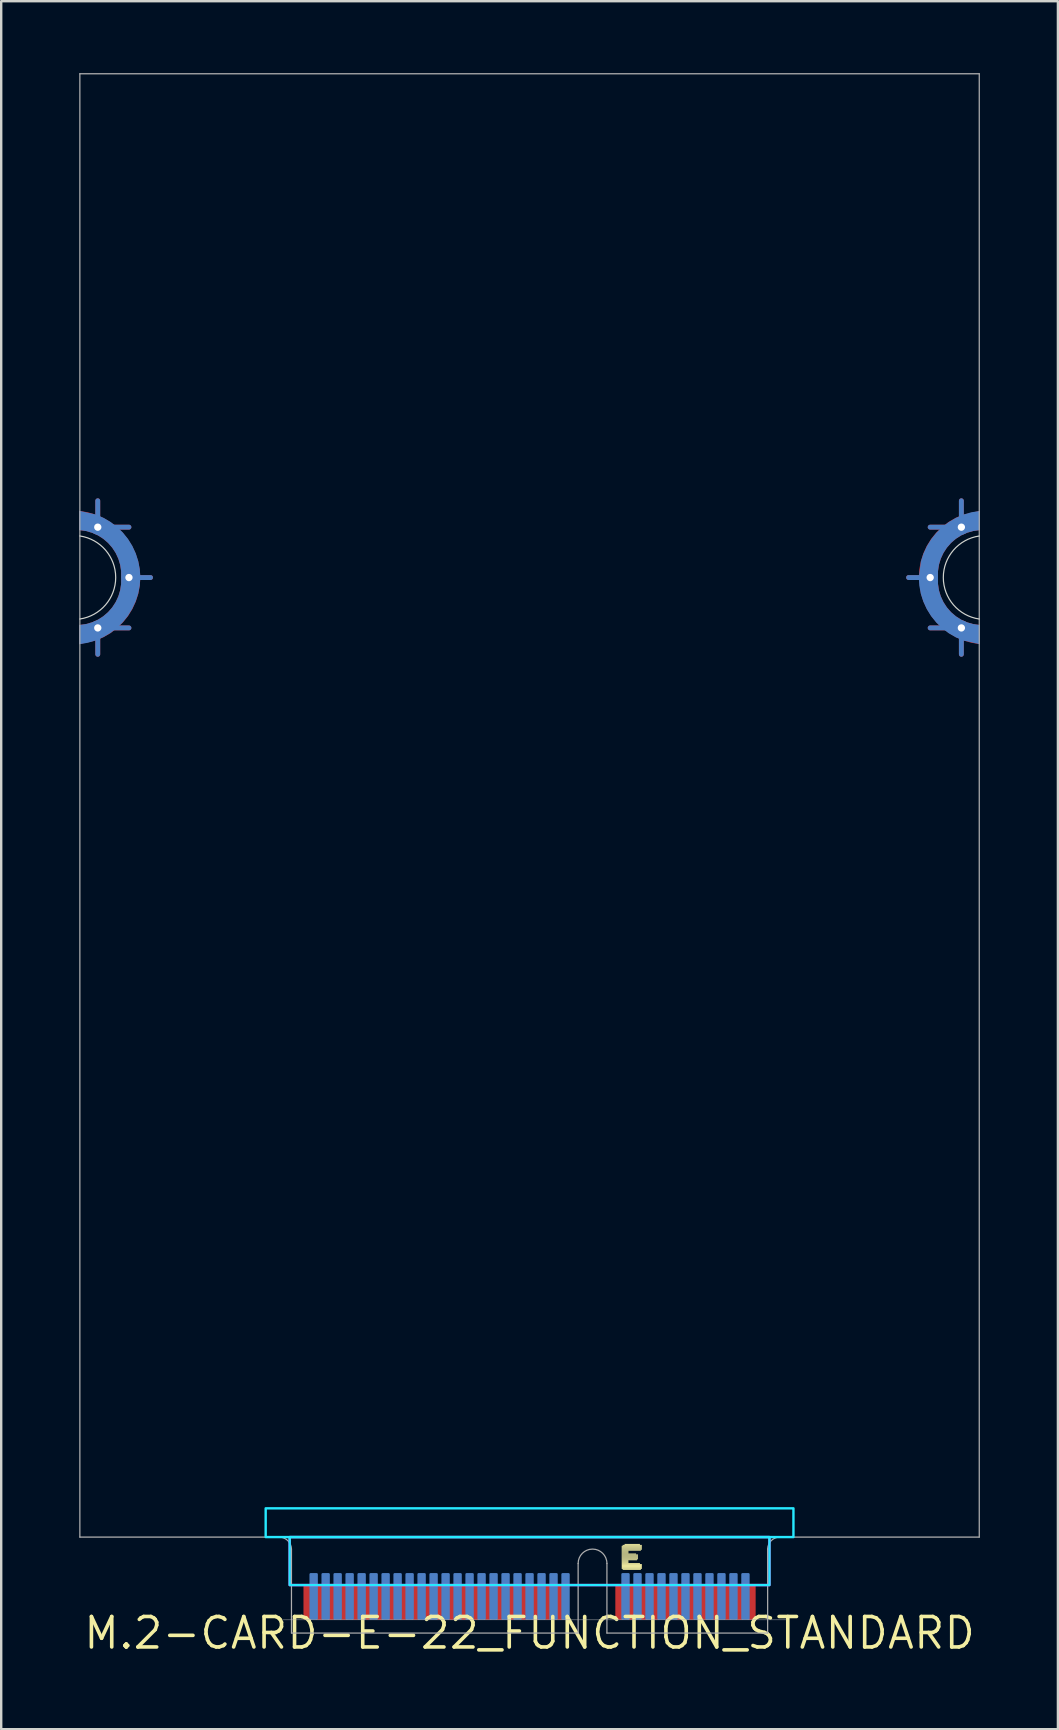
<source format=kicad_pcb>
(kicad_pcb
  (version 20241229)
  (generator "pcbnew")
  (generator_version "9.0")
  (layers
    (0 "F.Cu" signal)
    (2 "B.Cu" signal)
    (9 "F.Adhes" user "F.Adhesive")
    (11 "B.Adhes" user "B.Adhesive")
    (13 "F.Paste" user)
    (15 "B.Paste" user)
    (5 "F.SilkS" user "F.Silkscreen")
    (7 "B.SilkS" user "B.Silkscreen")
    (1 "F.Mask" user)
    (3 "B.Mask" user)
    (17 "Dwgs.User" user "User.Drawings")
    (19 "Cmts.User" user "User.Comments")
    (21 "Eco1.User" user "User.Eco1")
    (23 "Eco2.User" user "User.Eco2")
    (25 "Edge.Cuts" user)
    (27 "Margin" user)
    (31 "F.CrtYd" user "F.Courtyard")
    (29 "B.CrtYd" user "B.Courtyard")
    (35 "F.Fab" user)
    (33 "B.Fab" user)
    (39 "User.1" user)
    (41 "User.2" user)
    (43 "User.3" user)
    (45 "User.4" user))
  (footprint "M.2-CARD-E-22_FUNCTION_STANDARD"
    (layer "F.Cu")
    (at 19.025 65.025)
    (property "Reference" "M.2-CARD-E-22_FUNCTION_STANDARD" (at 0 0 0) (layer "F.SilkS") (effects (font (size 1.27 1.27) (thickness 0.15))))
    (fp_line (start -18 -46.1) (end -18 -47.2) (stroke (width 0.203) (type solid)) (layer "F.Cu"))
    (fp_line (start -18 -46.1) (end -16.7 -46.1) (stroke (width 0.203) (type solid)) (layer "F.Cu"))
    (fp_line (start -18 -41.9) (end -18 -40.8) (stroke (width 0.203) (type solid)) (layer "F.Cu"))
    (fp_line (start -18 -41.9) (end -16.7 -41.9) (stroke (width 0.203) (type solid)) (layer "F.Cu"))
    (fp_line (start -16.7 -44) (end -15.8 -44) (stroke (width 0.203) (type solid)) (layer "F.Cu"))
    (fp_line (start 16.7 -44) (end 15.8 -44) (stroke (width 0.203) (type solid)) (layer "F.Cu"))
    (fp_line (start 18 -46.1) (end 16.7 -46.1) (stroke (width 0.203) (type solid)) (layer "F.Cu"))
    (fp_line (start 18 -46.1) (end 18 -47.2) (stroke (width 0.203) (type solid)) (layer "F.Cu"))
    (fp_line (start 18 -41.9) (end 16.7 -41.9) (stroke (width 0.203) (type solid)) (layer "F.Cu"))
    (fp_line (start 18 -41.9) (end 18 -40.8) (stroke (width 0.203) (type solid)) (layer "F.Cu"))
    (fp_poly (pts (xy -18.41 -46.718) (xy -18.083 -46.622) (xy -17.769 -46.486) (xy -17.474 -46.313) (xy -17.203 -46.106) (xy -16.958 -45.868) (xy -16.744 -45.602) (xy -16.564 -45.311) (xy -16.42 -45.001) (xy -16.314 -44.676) (xy -16.249 -44.341) (xy -16.225 -44) (xy -16.247 -43.658) (xy -16.31 -43.322) (xy -16.414 -42.996) (xy -16.557 -42.685) (xy -16.737 -42.394) (xy -16.952 -42.127) (xy -17.197 -41.888) (xy -17.47 -41.681) (xy -17.766 -41.509) (xy -18.081 -41.374) (xy -18.775 -41.219) (xy -18.775 -42.022) (xy -18.49 -42.061) (xy -18.235 -42.135) (xy -17.994 -42.243) (xy -17.771 -42.385) (xy -17.57 -42.558) (xy -17.396 -42.757) (xy -17.252 -42.979) (xy -17.141 -43.219) (xy -17.065 -43.472) (xy -17.026 -43.734) (xy -17.025 -44) (xy -17.026 -44.266) (xy -17.065 -44.528) (xy -17.141 -44.781) (xy -17.252 -45.021) (xy -17.396 -45.243) (xy -17.57 -45.442) (xy -17.771 -45.615) (xy -17.994 -45.757) (xy -18.235 -45.865) (xy -18.49 -45.939) (xy -18.775 -45.978) (xy -18.775 -46.78)) (stroke (width 0) (type default)) (fill yes) (layer "F.Cu"))
    (fp_poly (pts (xy 18.775 -45.978) (xy 18.49 -45.939) (xy 18.235 -45.865) (xy 17.994 -45.757) (xy 17.771 -45.615) (xy 17.57 -45.442) (xy 17.396 -45.243) (xy 17.252 -45.021) (xy 17.141 -44.781) (xy 17.065 -44.528) (xy 17.026 -44.266) (xy 17.025 -44) (xy 17.026 -43.734) (xy 17.065 -43.472) (xy 17.141 -43.219) (xy 17.252 -42.979) (xy 17.396 -42.757) (xy 17.57 -42.558) (xy 17.771 -42.385) (xy 17.994 -42.243) (xy 18.235 -42.135) (xy 18.49 -42.061) (xy 18.775 -42.022) (xy 18.775 -41.225) (xy 18.748 -41.225) (xy 18.41 -41.282) (xy 18.083 -41.378) (xy 17.769 -41.514) (xy 17.474 -41.687) (xy 17.203 -41.894) (xy 16.958 -42.132) (xy 16.744 -42.398) (xy 16.564 -42.689) (xy 16.42 -42.999) (xy 16.314 -43.324) (xy 16.228 -43.976) (xy 16.223 -43.976) (xy 16.225 -43.999) (xy 16.222 -44.023) (xy 16.226 -44.024) (xy 16.247 -44.342) (xy 16.31 -44.678) (xy 16.414 -45.004) (xy 16.557 -45.315) (xy 16.737 -45.606) (xy 16.952 -45.873) (xy 17.197 -46.112) (xy 17.47 -46.319) (xy 17.766 -46.491) (xy 18.081 -46.626) (xy 18.775 -46.781)) (stroke (width 0) (type default)) (fill yes) (layer "F.Cu"))
    (fp_poly (pts (xy -18.666 -46.755) (xy -18.336 -46.694) (xy -18.016 -46.595) (xy -17.71 -46.457) (xy -17.424 -46.284) (xy -17.16 -46.077) (xy -16.923 -45.84) (xy -16.716 -45.576) (xy -16.543 -45.29) (xy -16.405 -44.984) (xy -16.306 -44.664) (xy -16.245 -44.334) (xy -16.225 -44) (xy -16.245 -43.666) (xy -16.306 -43.336) (xy -16.405 -43.016) (xy -16.543 -42.71) (xy -16.716 -42.424) (xy -16.923 -42.16) (xy -17.16 -41.923) (xy -17.424 -41.716) (xy -17.71 -41.543) (xy -18.016 -41.405) (xy -18.336 -41.306) (xy -18.666 -41.245) (xy -19.025 -41.223) (xy -19.025 -42.273) (xy -18.73 -42.296) (xy -18.467 -42.359) (xy -18.217 -42.463) (xy -17.986 -42.605) (xy -17.78 -42.78) (xy -17.605 -42.986) (xy -17.463 -43.217) (xy -17.36 -43.466) (xy -17.275 -44.001) (xy -17.296 -44.27) (xy -17.36 -44.533) (xy -17.463 -44.783) (xy -17.605 -45.014) (xy -17.78 -45.22) (xy -17.986 -45.395) (xy -18.217 -45.537) (xy -18.466 -45.64) (xy -19.025 -45.729) (xy -19.025 -46.777)) (stroke (width 0) (type default)) (fill yes) (layer "F.Mask"))
    (fp_poly (pts (xy 19.025 -45.727) (xy 18.73 -45.704) (xy 18.467 -45.64) (xy 18.217 -45.537) (xy 17.986 -45.395) (xy 17.78 -45.22) (xy 17.605 -45.014) (xy 17.463 -44.783) (xy 17.36 -44.534) (xy 17.275 -43.999) (xy 17.296 -43.73) (xy 17.36 -43.467) (xy 17.463 -43.217) (xy 17.605 -42.986) (xy 17.78 -42.78) (xy 17.986 -42.605) (xy 18.217 -42.463) (xy 18.466 -42.36) (xy 19.025 -42.271) (xy 19.025 -41.223) (xy 18.666 -41.245) (xy 18.336 -41.306) (xy 18.016 -41.405) (xy 17.71 -41.543) (xy 17.424 -41.716) (xy 17.16 -41.923) (xy 16.923 -42.16) (xy 16.716 -42.424) (xy 16.543 -42.71) (xy 16.405 -43.016) (xy 16.306 -43.336) (xy 16.245 -43.666) (xy 16.225 -44) (xy 16.245 -44.334) (xy 16.306 -44.664) (xy 16.405 -44.984) (xy 16.543 -45.29) (xy 16.716 -45.576) (xy 16.923 -45.84) (xy 17.16 -46.077) (xy 17.424 -46.284) (xy 17.71 -46.457) (xy 18.016 -46.595) (xy 18.336 -46.694) (xy 18.666 -46.755) (xy 19.025 -46.777)) (stroke (width 0) (type default)) (fill yes) (layer "F.Mask"))
    (fp_line (start -18 -46.1) (end -18 -47.2) (stroke (width 0.203) (type solid)) (layer "B.Cu"))
    (fp_line (start -18 -46.1) (end -16.7 -46.1) (stroke (width 0.203) (type solid)) (layer "B.Cu"))
    (fp_line (start -18 -41.9) (end -18 -40.8) (stroke (width 0.203) (type solid)) (layer "B.Cu"))
    (fp_line (start -18 -41.9) (end -16.7 -41.9) (stroke (width 0.203) (type solid)) (layer "B.Cu"))
    (fp_line (start -16.7 -44) (end -15.8 -44) (stroke (width 0.203) (type solid)) (layer "B.Cu"))
    (fp_line (start 16.7 -44) (end 15.8 -44) (stroke (width 0.203) (type solid)) (layer "B.Cu"))
    (fp_line (start 18 -46.1) (end 16.7 -46.1) (stroke (width 0.203) (type solid)) (layer "B.Cu"))
    (fp_line (start 18 -46.1) (end 18 -47.2) (stroke (width 0.203) (type solid)) (layer "B.Cu"))
    (fp_line (start 18 -41.9) (end 16.7 -41.9) (stroke (width 0.203) (type solid)) (layer "B.Cu"))
    (fp_line (start 18 -41.9) (end 18 -40.8) (stroke (width 0.203) (type solid)) (layer "B.Cu"))
    (fp_poly (pts (xy 18.775 -45.978) (xy 18.49 -45.939) (xy 18.235 -45.865) (xy 17.994 -45.757) (xy 17.771 -45.615) (xy 17.57 -45.442) (xy 17.396 -45.243) (xy 17.252 -45.021) (xy 17.141 -44.781) (xy 17.065 -44.528) (xy 17.026 -44.266) (xy 17.025 -44) (xy 17.026 -43.734) (xy 17.065 -43.472) (xy 17.141 -43.219) (xy 17.252 -42.979) (xy 17.396 -42.757) (xy 17.57 -42.558) (xy 17.771 -42.385) (xy 17.994 -42.243) (xy 18.235 -42.135) (xy 18.49 -42.061) (xy 18.775 -42.022) (xy 18.775 -41.219) (xy 18.081 -41.374) (xy 17.766 -41.509) (xy 17.47 -41.681) (xy 17.197 -41.888) (xy 16.952 -42.127) (xy 16.737 -42.394) (xy 16.557 -42.685) (xy 16.414 -42.996) (xy 16.31 -43.322) (xy 16.247 -43.658) (xy 16.225 -44.001) (xy 16.314 -44.676) (xy 16.42 -45.001) (xy 16.564 -45.311) (xy 16.744 -45.602) (xy 16.958 -45.868) (xy 17.203 -46.106) (xy 17.474 -46.313) (xy 17.769 -46.486) (xy 18.083 -46.622) (xy 18.41 -46.718) (xy 18.775 -46.78)) (stroke (width 0) (type default)) (fill yes) (layer "B.Cu"))
    (fp_poly (pts (xy -18.081 -46.626) (xy -17.766 -46.491) (xy -17.47 -46.319) (xy -17.197 -46.112) (xy -16.952 -45.873) (xy -16.737 -45.606) (xy -16.557 -45.315) (xy -16.414 -45.004) (xy -16.31 -44.678) (xy -16.247 -44.342) (xy -16.226 -44.024) (xy -16.223 -44.024) (xy -16.225 -44) (xy -16.223 -43.976) (xy -16.227 -43.976) (xy -16.249 -43.659) (xy -16.314 -43.324) (xy -16.42 -42.999) (xy -16.564 -42.689) (xy -16.744 -42.398) (xy -16.958 -42.132) (xy -17.203 -41.894) (xy -17.474 -41.687) (xy -17.769 -41.514) (xy -18.083 -41.378) (xy -18.41 -41.282) (xy -18.748 -41.225) (xy -18.775 -41.225) (xy -18.775 -42.022) (xy -18.49 -42.061) (xy -18.235 -42.135) (xy -17.994 -42.243) (xy -17.771 -42.385) (xy -17.57 -42.558) (xy -17.396 -42.757) (xy -17.252 -42.979) (xy -17.141 -43.219) (xy -17.065 -43.472) (xy -17.026 -43.734) (xy -17.025 -44) (xy -17.026 -44.266) (xy -17.065 -44.528) (xy -17.141 -44.781) (xy -17.252 -45.021) (xy -17.396 -45.243) (xy -17.57 -45.442) (xy -17.771 -45.615) (xy -17.994 -45.757) (xy -18.235 -45.865) (xy -18.49 -45.939) (xy -18.775 -45.978) (xy -18.775 -46.781)) (stroke (width 0) (type default)) (fill yes) (layer "B.Cu"))
    (fp_poly (pts (xy -18.666 -46.755) (xy -18.336 -46.694) (xy -18.016 -46.595) (xy -17.71 -46.457) (xy -17.424 -46.284) (xy -17.16 -46.077) (xy -16.923 -45.84) (xy -16.716 -45.576) (xy -16.543 -45.29) (xy -16.405 -44.984) (xy -16.306 -44.664) (xy -16.245 -44.334) (xy -16.225 -44) (xy -16.245 -43.666) (xy -16.306 -43.336) (xy -16.405 -43.016) (xy -16.543 -42.71) (xy -16.716 -42.424) (xy -16.923 -42.16) (xy -17.16 -41.923) (xy -17.424 -41.716) (xy -17.71 -41.543) (xy -18.016 -41.405) (xy -18.336 -41.306) (xy -18.666 -41.245) (xy -19.025 -41.223) (xy -19.025 -42.273) (xy -18.73 -42.296) (xy -18.467 -42.359) (xy -18.217 -42.463) (xy -17.986 -42.605) (xy -17.78 -42.78) (xy -17.605 -42.986) (xy -17.463 -43.217) (xy -17.36 -43.466) (xy -17.275 -44.001) (xy -17.296 -44.27) (xy -17.36 -44.533) (xy -17.463 -44.783) (xy -17.605 -45.014) (xy -17.78 -45.22) (xy -17.986 -45.395) (xy -18.217 -45.537) (xy -18.466 -45.64) (xy -19.025 -45.729) (xy -19.025 -46.777)) (stroke (width 0) (type default)) (fill yes) (layer "B.Mask"))
    (fp_poly (pts (xy 19.025 -45.727) (xy 18.73 -45.704) (xy 18.467 -45.64) (xy 18.217 -45.537) (xy 17.986 -45.395) (xy 17.78 -45.22) (xy 17.605 -45.014) (xy 17.463 -44.783) (xy 17.36 -44.534) (xy 17.275 -43.999) (xy 17.296 -43.73) (xy 17.36 -43.467) (xy 17.463 -43.217) (xy 17.605 -42.986) (xy 17.78 -42.78) (xy 17.986 -42.605) (xy 18.217 -42.463) (xy 18.466 -42.36) (xy 19.025 -42.271) (xy 19.025 -41.223) (xy 18.666 -41.245) (xy 18.336 -41.306) (xy 18.016 -41.405) (xy 17.71 -41.543) (xy 17.424 -41.716) (xy 17.16 -41.923) (xy 16.923 -42.16) (xy 16.716 -42.424) (xy 16.543 -42.71) (xy 16.405 -43.016) (xy 16.306 -43.336) (xy 16.245 -43.666) (xy 16.225 -44) (xy 16.245 -44.334) (xy 16.306 -44.664) (xy 16.405 -44.984) (xy 16.543 -45.29) (xy 16.716 -45.576) (xy 16.923 -45.84) (xy 17.16 -46.077) (xy 17.424 -46.284) (xy 17.71 -46.457) (xy 18.016 -46.595) (xy 18.336 -46.694) (xy 18.666 -46.755) (xy 19.025 -46.777)) (stroke (width 0) (type default)) (fill yes) (layer "B.Mask"))
    (fp_poly (pts (xy 3.841 -3.595) (xy 4.681 -3.595) (xy 4.681 -3.635) (xy 3.841 -3.635)) (stroke (width 0) (type default)) (fill yes) (layer "F.SilkS"))
    (fp_poly (pts (xy 3.841 -3.555) (xy 4.681 -3.555) (xy 4.681 -3.595) (xy 3.841 -3.595)) (stroke (width 0) (type default)) (fill yes) (layer "F.SilkS"))
    (fp_poly (pts (xy 3.841 -3.515) (xy 4.681 -3.515) (xy 4.681 -3.555) (xy 3.841 -3.555)) (stroke (width 0) (type default)) (fill yes) (layer "F.SilkS"))
    (fp_poly (pts (xy 3.841 -3.475) (xy 4.681 -3.475) (xy 4.681 -3.515) (xy 3.841 -3.515)) (stroke (width 0) (type default)) (fill yes) (layer "F.SilkS"))
    (fp_poly (pts (xy 3.841 -3.435) (xy 4.641 -3.435) (xy 4.641 -3.475) (xy 3.841 -3.475)) (stroke (width 0) (type default)) (fill yes) (layer "F.SilkS"))
    (fp_poly (pts (xy 3.841 -3.395) (xy 4.121 -3.395) (xy 4.121 -3.435) (xy 3.841 -3.435)) (stroke (width 0) (type default)) (fill yes) (layer "F.SilkS"))
    (fp_poly (pts (xy 3.841 -3.355) (xy 4.121 -3.355) (xy 4.121 -3.395) (xy 3.841 -3.395)) (stroke (width 0) (type default)) (fill yes) (layer "F.SilkS"))
    (fp_poly (pts (xy 3.841 -3.315) (xy 4.121 -3.315) (xy 4.121 -3.355) (xy 3.841 -3.355)) (stroke (width 0) (type default)) (fill yes) (layer "F.SilkS"))
    (fp_poly (pts (xy 3.841 -3.275) (xy 4.441 -3.275) (xy 4.441 -3.315) (xy 3.841 -3.315)) (stroke (width 0) (type default)) (fill yes) (layer "F.SilkS"))
    (fp_poly (pts (xy 3.841 -3.235) (xy 4.521 -3.235) (xy 4.521 -3.275) (xy 3.841 -3.275)) (stroke (width 0) (type default)) (fill yes) (layer "F.SilkS"))
    (fp_poly (pts (xy 3.841 -3.195) (xy 4.521 -3.195) (xy 4.521 -3.235) (xy 3.841 -3.235)) (stroke (width 0) (type default)) (fill yes) (layer "F.SilkS"))
    (fp_poly (pts (xy 3.841 -3.155) (xy 4.521 -3.155) (xy 4.521 -3.195) (xy 3.841 -3.195)) (stroke (width 0) (type default)) (fill yes) (layer "F.SilkS"))
    (fp_poly (pts (xy 3.841 -3.115) (xy 4.521 -3.115) (xy 4.521 -3.155) (xy 3.841 -3.155)) (stroke (width 0) (type default)) (fill yes) (layer "F.SilkS"))
    (fp_poly (pts (xy 3.841 -3.075) (xy 4.521 -3.075) (xy 4.521 -3.115) (xy 3.841 -3.115)) (stroke (width 0) (type default)) (fill yes) (layer "F.SilkS"))
    (fp_poly (pts (xy 3.841 -3.035) (xy 4.481 -3.035) (xy 4.481 -3.075) (xy 3.841 -3.075)) (stroke (width 0) (type default)) (fill yes) (layer "F.SilkS"))
    (fp_poly (pts (xy 3.841 -2.995) (xy 4.121 -2.995) (xy 4.121 -3.035) (xy 3.841 -3.035)) (stroke (width 0) (type default)) (fill yes) (layer "F.SilkS"))
    (fp_poly (pts (xy 3.841 -2.955) (xy 4.121 -2.955) (xy 4.121 -2.995) (xy 3.841 -2.995)) (stroke (width 0) (type default)) (fill yes) (layer "F.SilkS"))
    (fp_poly (pts (xy 3.841 -2.915) (xy 4.121 -2.915) (xy 4.121 -2.955) (xy 3.841 -2.955)) (stroke (width 0) (type default)) (fill yes) (layer "F.SilkS"))
    (fp_poly (pts (xy 3.841 -2.875) (xy 4.601 -2.875) (xy 4.601 -2.915) (xy 3.841 -2.915)) (stroke (width 0) (type default)) (fill yes) (layer "F.SilkS"))
    (fp_poly (pts (xy 3.841 -2.835) (xy 4.681 -2.835) (xy 4.681 -2.875) (xy 3.841 -2.875)) (stroke (width 0) (type default)) (fill yes) (layer "F.SilkS"))
    (fp_poly (pts (xy 3.841 -2.795) (xy 4.681 -2.795) (xy 4.681 -2.835) (xy 3.841 -2.835)) (stroke (width 0) (type default)) (fill yes) (layer "F.SilkS"))
    (fp_poly (pts (xy 3.841 -2.755) (xy 4.681 -2.755) (xy 4.681 -2.795) (xy 3.841 -2.795)) (stroke (width 0) (type default)) (fill yes) (layer "F.SilkS"))
    (fp_poly (pts (xy 3.841 -2.715) (xy 4.681 -2.715) (xy 4.681 -2.755) (xy 3.841 -2.755)) (stroke (width 0) (type default)) (fill yes) (layer "F.SilkS"))
    (fp_poly (pts (xy 3.841 -2.675) (xy 4.681 -2.675) (xy 4.681 -2.715) (xy 3.841 -2.715)) (stroke (width 0) (type default)) (fill yes) (layer "F.SilkS"))
    (fp_poly (pts (xy 3.881 -3.635) (xy 4.681 -3.635) (xy 4.681 -3.675) (xy 3.881 -3.675)) (stroke (width 0) (type default)) (fill yes) (layer "F.SilkS"))
    (fp_poly (pts (xy 3.881 -2.635) (xy 4.641 -2.635) (xy 4.641 -2.675) (xy 3.881 -2.675)) (stroke (width 0) (type default)) (fill yes) (layer "F.SilkS"))
    (fp_poly (pts (xy 3.961 -3.675) (xy 4.601 -3.675) (xy 4.601 -3.715) (xy 3.961 -3.715)) (stroke (width 0) (type default)) (fill yes) (layer "F.SilkS"))
    (fp_arc (start -18.747 -45.733) (mid -17.251744 -44.002864) (end -18.744998 -42.270999) (stroke (width 0.05) (type solid)) (layer "Edge.Cuts"))
    (fp_arc (start 18.747999 -42.269999) (mid 17.247963 -43.998769) (end 18.744 -45.731) (stroke (width 0.05) (type solid)) (layer "Edge.Cuts"))
    (fp_poly (pts (xy 10 -4) (xy -10 -4) (xy -10 -2) (xy 10 -2)) (stroke (width 0.1) (type default)) (fill no) (layer "B.CrtYd"))
    (fp_poly (pts (xy 11 -5.2) (xy -11 -5.2) (xy -11 -4) (xy 11 -4)) (stroke (width 0.1) (type default)) (fill no) (layer "B.CrtYd"))
    (fp_poly (pts (xy 10 -4) (xy -10 -4) (xy -10 -2) (xy 10 -2)) (stroke (width 0.1) (type default)) (fill no) (layer "F.CrtYd"))
    (fp_line (start -18.746 -65) (end 18.746 -65) (stroke (width 0.051) (type solid)) (layer "F.Fab"))
    (fp_line (start -18.746 -4) (end -18.746 -65) (stroke (width 0.051) (type solid)) (layer "F.Fab"))
    (fp_line (start -10.4 -4) (end -18.746 -4) (stroke (width 0.051) (type solid)) (layer "F.Fab"))
    (fp_line (start -10.3 -0.55) (end 10.7 -0.55) (stroke (width 0.02) (type solid)) (layer "F.Fab"))
    (fp_line (start -9.925 0) (end -9.925 -3.5) (stroke (width 0.051) (type solid)) (layer "F.Fab"))
    (fp_line (start 2.025 -2.9) (end 2.025 0) (stroke (width 0.051) (type solid)) (layer "F.Fab"))
    (fp_line (start 2.025 0) (end -9.925 0) (stroke (width 0.051) (type solid)) (layer "F.Fab"))
    (fp_line (start 3.225 -2.9) (end 3.225 0) (stroke (width 0.051) (type solid)) (layer "F.Fab"))
    (fp_line (start 9.925 -3.5) (end 9.925 0) (stroke (width 0.051) (type solid)) (layer "F.Fab"))
    (fp_line (start 9.925 0) (end 3.225 0) (stroke (width 0.051) (type solid)) (layer "F.Fab"))
    (fp_line (start 10.4 -4) (end 18.746 -4) (stroke (width 0.051) (type solid)) (layer "F.Fab"))
    (fp_line (start 18.746 -4) (end 18.746 -65) (stroke (width 0.051) (type solid)) (layer "F.Fab"))
    (fp_arc (start -10.4 -4) (mid -10.066759 -3.840954) (end -9.925 -3.5) (stroke (width 0.0508) (type solid)) (layer "F.Fab"))
    (fp_arc (start 2.025 -2.9) (mid 2.625 -3.5) (end 3.225 -2.9) (stroke (width 0.0508) (type solid)) (layer "F.Fab"))
    (fp_arc (start 9.925 -3.5) (mid 10.065344 -3.842298) (end 10.4 -4) (stroke (width 0.0508) (type solid)) (layer "F.Fab"))
    (fp_text user "Route\nOut" (at -18.046 -44 90) (unlocked yes) (layer "Edge.Cuts") (effects (font (size 0.276 0.276) (thickness 0.024))))
    (fp_text user "Route\nOut" (at 18.046 -44 90) (unlocked yes) (layer "Edge.Cuts") (effects (font (size 0.276 0.276) (thickness 0.024)) (justify right top)))
    (pad "1" smd roundrect (at 9.25 -1.275 180) (size 0.35 1.45) (layers "F.Cu" "F.Mask") (roundrect_rratio 0.145))
    (pad "2" smd roundrect (at 9 -1.525) (size 0.35 1.95) (layers "B.Cu" "B.Mask") (roundrect_rratio 0.145))
    (pad "3" smd roundrect (at 8.75 -1.275 180) (size 0.35 1.45) (layers "F.Cu" "F.Mask") (roundrect_rratio 0.145))
    (pad "4" smd roundrect (at 8.5 -1.525) (size 0.35 1.95) (layers "B.Cu" "B.Mask") (roundrect_rratio 0.145))
    (pad "5" smd roundrect (at 8.25 -1.275 180) (size 0.35 1.45) (layers "F.Cu" "F.Mask") (roundrect_rratio 0.145))
    (pad "6" smd roundrect (at 8 -1.525) (size 0.35 1.95) (layers "B.Cu" "B.Mask") (roundrect_rratio 0.145))
    (pad "7" smd roundrect (at 7.75 -1.275 180) (size 0.35 1.45) (layers "F.Cu" "F.Mask") (roundrect_rratio 0.145))
    (pad "8" smd roundrect (at 7.5 -1.525) (size 0.35 1.95) (layers "B.Cu" "B.Mask") (roundrect_rratio 0.145))
    (pad "9" smd roundrect (at 7.25 -1.275 180) (size 0.35 1.45) (layers "F.Cu" "F.Mask") (roundrect_rratio 0.145))
    (pad "10" smd roundrect (at 7 -1.525) (size 0.35 1.95) (layers "B.Cu" "B.Mask") (roundrect_rratio 0.145))
    (pad "11" smd roundrect (at 6.75 -1.275 180) (size 0.35 1.45) (layers "F.Cu" "F.Mask") (roundrect_rratio 0.145))
    (pad "12" smd roundrect (at 6.5 -1.525) (size 0.35 1.95) (layers "B.Cu" "B.Mask") (roundrect_rratio 0.145))
    (pad "13" smd roundrect (at 6.25 -1.275 180) (size 0.35 1.45) (layers "F.Cu" "F.Mask") (roundrect_rratio 0.145))
    (pad "14" smd roundrect (at 6 -1.525) (size 0.35 1.95) (layers "B.Cu" "B.Mask") (roundrect_rratio 0.145))
    (pad "15" smd roundrect (at 5.75 -1.275 180) (size 0.35 1.45) (layers "F.Cu" "F.Mask") (roundrect_rratio 0.145))
    (pad "16" smd roundrect (at 5.5 -1.525) (size 0.35 1.95) (layers "B.Cu" "B.Mask") (roundrect_rratio 0.145))
    (pad "17" smd roundrect (at 5.25 -1.275 180) (size 0.35 1.45) (layers "F.Cu" "F.Mask") (roundrect_rratio 0.145))
    (pad "18" smd roundrect (at 5 -1.525) (size 0.35 1.95) (layers "B.Cu" "B.Mask") (roundrect_rratio 0.145))
    (pad "19" smd roundrect (at 4.75 -1.275 180) (size 0.35 1.45) (layers "F.Cu" "F.Mask") (roundrect_rratio 0.145))
    (pad "20" smd roundrect (at 4.5 -1.525) (size 0.35 1.95) (layers "B.Cu" "B.Mask") (roundrect_rratio 0.145))
    (pad "21" smd roundrect (at 4.25 -1.275 180) (size 0.35 1.45) (layers "F.Cu" "F.Mask") (roundrect_rratio 0.145))
    (pad "22" smd roundrect (at 4 -1.525) (size 0.35 1.95) (layers "B.Cu" "B.Mask") (roundrect_rratio 0.145))
    (pad "23" smd roundrect (at 3.75 -1.275 180) (size 0.35 1.45) (layers "F.Cu" "F.Mask") (roundrect_rratio 0.145))
    (pad "32" smd roundrect (at 1.5 -1.525) (size 0.35 1.95) (layers "B.Cu" "B.Mask") (roundrect_rratio 0.145))
    (pad "33" smd roundrect (at 1.25 -1.275 180) (size 0.35 1.45) (layers "F.Cu" "F.Mask") (roundrect_rratio 0.145))
    (pad "34" smd roundrect (at 1 -1.525) (size 0.35 1.95) (layers "B.Cu" "B.Mask") (roundrect_rratio 0.145))
    (pad "35" smd roundrect (at 0.75 -1.275 180) (size 0.35 1.45) (layers "F.Cu" "F.Mask") (roundrect_rratio 0.145))
    (pad "36" smd roundrect (at 0.5 -1.525) (size 0.35 1.95) (layers "B.Cu" "B.Mask") (roundrect_rratio 0.145))
    (pad "37" smd roundrect (at 0.25 -1.275 180) (size 0.35 1.45) (layers "F.Cu" "F.Mask") (roundrect_rratio 0.145))
    (pad "38" smd roundrect (at 0 -1.525) (size 0.35 1.95) (layers "B.Cu" "B.Mask") (roundrect_rratio 0.145))
    (pad "39" smd roundrect (at -0.25 -1.275 180) (size 0.35 1.45) (layers "F.Cu" "F.Mask") (roundrect_rratio 0.145))
    (pad "40" smd roundrect (at -0.5 -1.525) (size 0.35 1.95) (layers "B.Cu" "B.Mask") (roundrect_rratio 0.145))
    (pad "41" smd roundrect (at -0.75 -1.275 180) (size 0.35 1.45) (layers "F.Cu" "F.Mask") (roundrect_rratio 0.145))
    (pad "42" smd roundrect (at -1 -1.525) (size 0.35 1.95) (layers "B.Cu" "B.Mask") (roundrect_rratio 0.145))
    (pad "43" smd roundrect (at -1.25 -1.275 180) (size 0.35 1.45) (layers "F.Cu" "F.Mask") (roundrect_rratio 0.145))
    (pad "44" smd roundrect (at -1.5 -1.525) (size 0.35 1.95) (layers "B.Cu" "B.Mask") (roundrect_rratio 0.145))
    (pad "45" smd roundrect (at -1.75 -1.275 180) (size 0.35 1.45) (layers "F.Cu" "F.Mask") (roundrect_rratio 0.145))
    (pad "46" smd roundrect (at -2 -1.525) (size 0.35 1.95) (layers "B.Cu" "B.Mask") (roundrect_rratio 0.145))
    (pad "47" smd roundrect (at -2.25 -1.275 180) (size 0.35 1.45) (layers "F.Cu" "F.Mask") (roundrect_rratio 0.145))
    (pad "48" smd roundrect (at -2.5 -1.525) (size 0.35 1.95) (layers "B.Cu" "B.Mask") (roundrect_rratio 0.145))
    (pad "49" smd roundrect (at -2.75 -1.275 180) (size 0.35 1.45) (layers "F.Cu" "F.Mask") (roundrect_rratio 0.145))
    (pad "50" smd roundrect (at -3 -1.525) (size 0.35 1.95) (layers "B.Cu" "B.Mask") (roundrect_rratio 0.145))
    (pad "51" smd roundrect (at -3.25 -1.275 180) (size 0.35 1.45) (layers "F.Cu" "F.Mask") (roundrect_rratio 0.145))
    (pad "52" smd roundrect (at -3.5 -1.525) (size 0.35 1.95) (layers "B.Cu" "B.Mask") (roundrect_rratio 0.145))
    (pad "53" smd roundrect (at -3.75 -1.275 180) (size 0.35 1.45) (layers "F.Cu" "F.Mask") (roundrect_rratio 0.145))
    (pad "54" smd roundrect (at -4 -1.525) (size 0.35 1.95) (layers "B.Cu" "B.Mask") (roundrect_rratio 0.145))
    (pad "55" smd roundrect (at -4.25 -1.275 180) (size 0.35 1.45) (layers "F.Cu" "F.Mask") (roundrect_rratio 0.145))
    (pad "56" smd roundrect (at -4.5 -1.525) (size 0.35 1.95) (layers "B.Cu" "B.Mask") (roundrect_rratio 0.145))
    (pad "57" smd roundrect (at -4.75 -1.275 180) (size 0.35 1.45) (layers "F.Cu" "F.Mask") (roundrect_rratio 0.145))
    (pad "58" smd roundrect (at -5 -1.525) (size 0.35 1.95) (layers "B.Cu" "B.Mask") (roundrect_rratio 0.145))
    (pad "59" smd roundrect (at -5.25 -1.275 180) (size 0.35 1.45) (layers "F.Cu" "F.Mask") (roundrect_rratio 0.145))
    (pad "60" smd roundrect (at -5.5 -1.525) (size 0.35 1.95) (layers "B.Cu" "B.Mask") (roundrect_rratio 0.145))
    (pad "61" smd roundrect (at -5.75 -1.275 180) (size 0.35 1.45) (layers "F.Cu" "F.Mask") (roundrect_rratio 0.145))
    (pad "62" smd roundrect (at -6 -1.525) (size 0.35 1.95) (layers "B.Cu" "B.Mask") (roundrect_rratio 0.145))
    (pad "63" smd roundrect (at -6.25 -1.275 180) (size 0.35 1.45) (layers "F.Cu" "F.Mask") (roundrect_rratio 0.145))
    (pad "64" smd roundrect (at -6.5 -1.525) (size 0.35 1.95) (layers "B.Cu" "B.Mask") (roundrect_rratio 0.145))
    (pad "65" smd roundrect (at -6.75 -1.275 180) (size 0.35 1.45) (layers "F.Cu" "F.Mask") (roundrect_rratio 0.145))
    (pad "66" smd roundrect (at -7 -1.525) (size 0.35 1.95) (layers "B.Cu" "B.Mask") (roundrect_rratio 0.145))
    (pad "67" smd roundrect (at -7.25 -1.275 180) (size 0.35 1.45) (layers "F.Cu" "F.Mask") (roundrect_rratio 0.145))
    (pad "68" smd roundrect (at -7.5 -1.525) (size 0.35 1.95) (layers "B.Cu" "B.Mask") (roundrect_rratio 0.145))
    (pad "69" smd roundrect (at -7.75 -1.275 180) (size 0.35 1.45) (layers "F.Cu" "F.Mask") (roundrect_rratio 0.145))
    (pad "70" smd roundrect (at -8 -1.525) (size 0.35 1.95) (layers "B.Cu" "B.Mask") (roundrect_rratio 0.145))
    (pad "71" smd roundrect (at -8.25 -1.275 180) (size 0.35 1.45) (layers "F.Cu" "F.Mask") (roundrect_rratio 0.145))
    (pad "72" smd roundrect (at -8.5 -1.525) (size 0.35 1.95) (layers "B.Cu" "B.Mask") (roundrect_rratio 0.145))
    (pad "73" smd roundrect (at -8.75 -1.275 180) (size 0.35 1.45) (layers "F.Cu" "F.Mask") (roundrect_rratio 0.145))
    (pad "74" smd roundrect (at -9 -1.525) (size 0.35 1.95) (layers "B.Cu" "B.Mask") (roundrect_rratio 0.145))
    (pad "75" smd roundrect (at -9.25 -1.275 180) (size 0.35 1.45) (layers "F.Cu" "F.Mask") (roundrect_rratio 0.145))
    (pad "GND1" thru_hole circle (at -18 -41.9 90) (size 0.61 0.61) (drill 0.305) (layers "*.Cu" "*.Mask"))
    (pad "GND2" thru_hole circle (at -16.7 -44 90) (size 0.61 0.61) (drill 0.305) (layers "*.Cu" "*.Mask"))
    (pad "GND3" thru_hole circle (at -18 -46.1 90) (size 0.61 0.61) (drill 0.305) (layers "*.Cu" "*.Mask"))
    (pad "GND4" thru_hole circle (at 18 -41.9 270) (size 0.61 0.61) (drill 0.305) (layers "*.Cu" "*.Mask"))
    (pad "GND5" thru_hole circle (at 16.7 -44 270) (size 0.61 0.61) (drill 0.305) (layers "*.Cu" "*.Mask"))
    (pad "GND6" thru_hole circle (at 18 -46.1 270) (size 0.61 0.61) (drill 0.305) (layers "*.Cu" "*.Mask")))
  (gr_rect
    (start -3 -3)
    (end 41.05 69.032)
    (stroke (width 0.1) (type default))
    (fill no)
    (layer "Edge.Cuts")))
</source>
